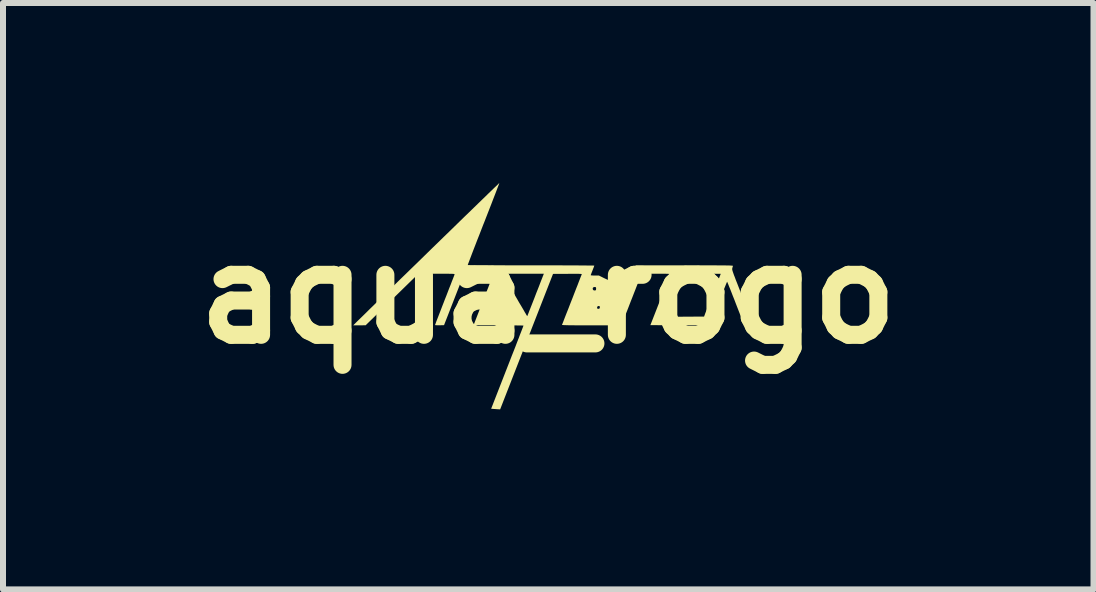
<source format=kicad_pcb>
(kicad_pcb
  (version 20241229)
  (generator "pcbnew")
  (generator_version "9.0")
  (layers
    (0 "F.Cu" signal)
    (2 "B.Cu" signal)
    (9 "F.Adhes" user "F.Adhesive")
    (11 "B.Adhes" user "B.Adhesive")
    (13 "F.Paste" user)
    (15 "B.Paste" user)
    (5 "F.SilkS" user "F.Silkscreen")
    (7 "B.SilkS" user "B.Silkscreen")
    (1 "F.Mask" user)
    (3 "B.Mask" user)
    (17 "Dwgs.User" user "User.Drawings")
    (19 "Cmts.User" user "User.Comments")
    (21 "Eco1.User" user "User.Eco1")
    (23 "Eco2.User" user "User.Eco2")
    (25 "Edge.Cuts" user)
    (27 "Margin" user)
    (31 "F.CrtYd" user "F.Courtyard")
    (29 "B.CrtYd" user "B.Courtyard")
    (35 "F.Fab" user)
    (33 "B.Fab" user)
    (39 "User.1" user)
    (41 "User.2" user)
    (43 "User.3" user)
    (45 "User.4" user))
  (footprint "aqua_rogo"
    (layer "F.Cu")
    (at 6.086 1.851)
    (property "Reference" "aqua_rogo" (at 0 0 0) (layer "F.SilkS") (effects (font (size 1.5 1.5) (thickness 0.3))))
    (attr board_only exclude_from_pos_files exclude_from_bom)
    (fp_poly (pts (xy -0.818 -1.845) (xy -0.824 -1.827) (xy -0.835 -1.798) (xy -0.85 -1.759) (xy -0.868 -1.711) (xy -0.89 -1.654) (xy -0.915 -1.59) (xy -0.942 -1.519) (xy -0.972 -1.442) (xy -1.004 -1.36) (xy -1.038 -1.273) (xy -1.073 -1.183) (xy -1.079 -1.169) (xy -1.114 -1.079) (xy -1.148 -0.991) (xy -1.181 -0.908) (xy -1.211 -0.83) (xy -1.239 -0.758) (xy -1.264 -0.693) (xy -1.286 -0.635) (xy -1.305 -0.585) (xy -1.32 -0.544) (xy -1.332 -0.514) (xy -1.339 -0.494) (xy -1.342 -0.485) (xy -1.342 -0.485) (xy -1.335 -0.484) (xy -1.316 -0.484) (xy -1.284 -0.483) (xy -1.242 -0.483) (xy -1.189 -0.482) (xy -1.126 -0.482) (xy -1.054 -0.482) (xy -0.974 -0.481) (xy -0.886 -0.481) (xy -0.791 -0.481) (xy -0.69 -0.48) (xy -0.583 -0.48) (xy -0.472 -0.48) (xy -0.357 -0.48) (xy -0.286 -0.48) (xy -0.169 -0.48) (xy -0.055 -0.48) (xy 0.054 -0.48) (xy 0.158 -0.48) (xy 0.257 -0.479) (xy 0.349 -0.479) (xy 0.433 -0.479) (xy 0.51 -0.478) (xy 0.578 -0.478) (xy 0.637 -0.477) (xy 0.686 -0.477) (xy 0.724 -0.476) (xy 0.75 -0.476) (xy 0.764 -0.475) (xy 0.767 -0.475) (xy 0.764 -0.467) (xy 0.758 -0.449) (xy 0.748 -0.424) (xy 0.737 -0.395) (xy 0.737 -0.395) (xy 0.725 -0.365) (xy 0.716 -0.341) (xy 0.709 -0.323) (xy 0.707 -0.315) (xy 0.707 -0.315) (xy 0.713 -0.313) (xy 0.73 -0.311) (xy 0.754 -0.31) (xy 0.775 -0.31) (xy 0.843 -0.31) (xy 0.927 -0.268) (xy 0.985 -0.241) (xy 1.037 -0.222) (xy 1.086 -0.209) (xy 1.135 -0.203) (xy 1.188 -0.201) (xy 1.207 -0.202) (xy 1.26 -0.206) (xy 1.3 -0.212) (xy 1.32 -0.218) (xy 1.357 -0.231) (xy 1.406 -0.355) (xy 1.456 -0.48) (xy 2.268 -0.48) (xy 2.39 -0.48) (xy 2.498 -0.48) (xy 2.595 -0.48) (xy 2.68 -0.48) (xy 2.755 -0.48) (xy 2.819 -0.479) (xy 2.875 -0.479) (xy 2.922 -0.479) (xy 2.961 -0.478) (xy 2.994 -0.478) (xy 3.019 -0.477) (xy 3.039 -0.476) (xy 3.054 -0.475) (xy 3.065 -0.474) (xy 3.072 -0.473) (xy 3.075 -0.472) (xy 3.077 -0.47) (xy 3.077 -0.469) (xy 3.077 -0.468) (xy 3.072 -0.454) (xy 3.067 -0.435) (xy 3.066 -0.43) (xy 3.065 -0.425) (xy 3.064 -0.418) (xy 3.065 -0.411) (xy 3.067 -0.4) (xy 3.07 -0.387) (xy 3.076 -0.369) (xy 3.084 -0.346) (xy 3.094 -0.317) (xy 3.108 -0.282) (xy 3.124 -0.238) (xy 3.145 -0.186) (xy 3.169 -0.124) (xy 3.197 -0.052) (xy 3.23 0.032) (xy 3.237 0.05) (xy 3.266 0.124) (xy 3.294 0.195) (xy 3.319 0.261) (xy 3.343 0.321) (xy 3.364 0.375) (xy 3.383 0.421) (xy 3.397 0.459) (xy 3.409 0.488) (xy 3.416 0.506) (xy 3.418 0.512) (xy 3.417 0.516) (xy 3.409 0.518) (xy 3.391 0.519) (xy 3.363 0.519) (xy 3.344 0.519) (xy 3.265 0.517) (xy 3.124 0.155) (xy 3.099 0.089) (xy 3.074 0.027) (xy 3.052 -0.03) (xy 3.032 -0.081) (xy 3.014 -0.124) (xy 3 -0.16) (xy 2.989 -0.186) (xy 2.982 -0.202) (xy 2.98 -0.207) (xy 2.977 -0.201) (xy 2.969 -0.183) (xy 2.958 -0.156) (xy 2.943 -0.119) (xy 2.925 -0.074) (xy 2.905 -0.022) (xy 2.882 0.035) (xy 2.858 0.097) (xy 2.837 0.149) (xy 2.812 0.215) (xy 2.787 0.277) (xy 2.765 0.334) (xy 2.745 0.385) (xy 2.727 0.429) (xy 2.713 0.465) (xy 2.702 0.492) (xy 2.696 0.508) (xy 2.694 0.513) (xy 2.688 0.514) (xy 2.674 0.515) (xy 2.651 0.517) (xy 2.617 0.517) (xy 2.573 0.518) (xy 2.518 0.518) (xy 2.452 0.519) (xy 2.374 0.519) (xy 2.283 0.519) (xy 2.195 0.518) (xy 1.701 0.517) (xy 1.759 0.369) (xy 1.915 0.369) (xy 1.916 0.371) (xy 1.92 0.373) (xy 1.928 0.375) (xy 1.941 0.376) (xy 1.959 0.377) (xy 1.984 0.377) (xy 2.018 0.377) (xy 2.06 0.377) (xy 2.113 0.377) (xy 2.176 0.377) (xy 2.252 0.376) (xy 2.254 0.376) (xy 2.596 0.374) (xy 2.609 0.339) (xy 2.616 0.319) (xy 2.628 0.289) (xy 2.644 0.249) (xy 2.663 0.199) (xy 2.685 0.142) (xy 2.71 0.079) (xy 2.737 0.01) (xy 2.766 -0.063) (xy 2.796 -0.14) (xy 2.806 -0.167) (xy 2.824 -0.211) (xy 2.84 -0.251) (xy 2.853 -0.286) (xy 2.864 -0.313) (xy 2.871 -0.331) (xy 2.873 -0.338) (xy 2.873 -0.338) (xy 2.867 -0.339) (xy 2.848 -0.339) (xy 2.819 -0.339) (xy 2.78 -0.339) (xy 2.733 -0.34) (xy 2.678 -0.34) (xy 2.618 -0.34) (xy 2.553 -0.34) (xy 2.531 -0.34) (xy 2.189 -0.34) (xy 2.054 0.007) (xy 2.029 0.072) (xy 2.005 0.133) (xy 1.983 0.19) (xy 1.963 0.24) (xy 1.946 0.284) (xy 1.933 0.32) (xy 1.923 0.346) (xy 1.917 0.362) (xy 1.915 0.366) (xy 1.915 0.369) (xy 1.759 0.369) (xy 1.864 0.1) (xy 1.892 0.029) (xy 1.918 -0.039) (xy 1.943 -0.102) (xy 1.965 -0.159) (xy 1.985 -0.21) (xy 2.002 -0.253) (xy 2.015 -0.288) (xy 2.024 -0.312) (xy 2.03 -0.326) (xy 2.03 -0.328) (xy 2.031 -0.331) (xy 2.029 -0.334) (xy 2.023 -0.336) (xy 2.012 -0.337) (xy 1.996 -0.338) (xy 1.972 -0.339) (xy 1.939 -0.34) (xy 1.896 -0.34) (xy 1.843 -0.34) (xy 1.794 -0.34) (xy 1.728 -0.34) (xy 1.675 -0.34) (xy 1.632 -0.339) (xy 1.6 -0.338) (xy 1.576 -0.337) (xy 1.561 -0.335) (xy 1.553 -0.333) (xy 1.551 -0.332) (xy 1.547 -0.321) (xy 1.539 -0.299) (xy 1.526 -0.267) (xy 1.51 -0.227) (xy 1.492 -0.18) (xy 1.471 -0.127) (xy 1.449 -0.07) (xy 1.425 -0.009) (xy 1.401 0.053) (xy 1.376 0.116) (xy 1.352 0.178) (xy 1.329 0.238) (xy 1.307 0.294) (xy 1.286 0.346) (xy 1.269 0.391) (xy 1.254 0.429) (xy 1.242 0.459) (xy 1.235 0.478) (xy 1.232 0.485) (xy 1.219 0.52) (xy 0.722 0.52) (xy 0.626 0.52) (xy 0.542 0.52) (xy 0.47 0.52) (xy 0.409 0.519) (xy 0.358 0.519) (xy 0.317 0.518) (xy 0.284 0.517) (xy 0.26 0.516) (xy 0.243 0.515) (xy 0.233 0.514) (xy 0.229 0.512) (xy 0.229 0.512) (xy 0.231 0.505) (xy 0.239 0.486) (xy 0.25 0.458) (xy 0.264 0.421) (xy 0.281 0.377) (xy 0.301 0.326) (xy 0.323 0.271) (xy 0.342 0.223) (xy 0.813 0.223) (xy 0.816 0.239) (xy 0.826 0.245) (xy 0.84 0.245) (xy 0.852 0.241) (xy 0.858 0.229) (xy 0.859 0.223) (xy 0.858 0.207) (xy 0.851 0.199) (xy 0.848 0.198) (xy 0.83 0.199) (xy 0.817 0.209) (xy 0.813 0.223) (xy 0.342 0.223) (xy 0.346 0.212) (xy 0.37 0.15) (xy 0.395 0.087) (xy 0.419 0.026) (xy 1.007 0.026) (xy 1.017 0.046) (xy 1.024 0.053) (xy 1.048 0.065) (xy 1.071 0.064) (xy 1.087 0.054) (xy 1.099 0.038) (xy 1.103 0.017) (xy 1.098 -0.007) (xy 1.085 -0.022) (xy 1.062 -0.031) (xy 1.045 -0.031) (xy 1.031 -0.024) (xy 1.024 -0.018) (xy 1.009 0.004) (xy 1.007 0.026) (xy 0.419 0.026) (xy 0.419 0.025) (xy 0.443 -0.037) (xy 0.464 -0.091) (xy 0.74 -0.091) (xy 0.745 -0.072) (xy 0.76 -0.062) (xy 0.777 -0.061) (xy 0.79 -0.064) (xy 0.795 -0.071) (xy 0.797 -0.086) (xy 0.797 -0.09) (xy 0.796 -0.107) (xy 0.791 -0.115) (xy 0.78 -0.119) (xy 0.778 -0.119) (xy 0.757 -0.117) (xy 0.743 -0.105) (xy 0.74 -0.091) (xy 0.464 -0.091) (xy 0.466 -0.096) (xy 0.488 -0.151) (xy 0.507 -0.201) (xy 0.524 -0.245) (xy 0.538 -0.281) (xy 0.549 -0.309) (xy 0.556 -0.326) (xy 0.558 -0.332) (xy 0.557 -0.334) (xy 0.549 -0.336) (xy 0.535 -0.337) (xy 0.513 -0.338) (xy 0.482 -0.339) (xy 0.44 -0.339) (xy 0.388 -0.339) (xy 0.323 -0.338) (xy 0.32 -0.338) (xy 0.079 -0.337) (xy -0.362 0.792) (xy -0.802 1.92) (xy -0.826 1.919) (xy -0.845 1.918) (xy -0.871 1.916) (xy -0.9 1.914) (xy -0.901 1.914) (xy -0.952 1.91) (xy -0.683 1.22) (xy -0.647 1.128) (xy -0.613 1.04) (xy -0.58 0.957) (xy -0.549 0.878) (xy -0.521 0.805) (xy -0.495 0.739) (xy -0.473 0.68) (xy -0.453 0.629) (xy -0.437 0.588) (xy -0.425 0.556) (xy -0.417 0.535) (xy -0.413 0.526) (xy -0.413 0.525) (xy -0.42 0.524) (xy -0.439 0.523) (xy -0.468 0.522) (xy -0.508 0.522) (xy -0.556 0.521) (xy -0.613 0.52) (xy -0.675 0.519) (xy -0.744 0.519) (xy -0.816 0.518) (xy -0.829 0.518) (xy -1.245 0.517) (xy -1.083 0.1) (xy -1.055 0.029) (xy -1.029 -0.039) (xy -1.004 -0.102) (xy -0.982 -0.159) (xy -0.962 -0.21) (xy -0.945 -0.253) (xy -0.932 -0.288) (xy -0.922 -0.312) (xy -0.917 -0.326) (xy -0.916 -0.328) (xy -0.916 -0.33) (xy -0.757 -0.33) (xy -0.757 -0.329) (xy -0.753 -0.321) (xy -0.743 -0.303) (xy -0.727 -0.275) (xy -0.706 -0.239) (xy -0.682 -0.196) (xy -0.653 -0.147) (xy -0.622 -0.093) (xy -0.588 -0.035) (xy -0.565 0.003) (xy -0.522 0.077) (xy -0.486 0.14) (xy -0.454 0.193) (xy -0.428 0.237) (xy -0.407 0.273) (xy -0.391 0.302) (xy -0.377 0.324) (xy -0.368 0.341) (xy -0.361 0.352) (xy -0.356 0.36) (xy -0.353 0.364) (xy -0.351 0.366) (xy -0.351 0.366) (xy -0.35 0.365) (xy -0.35 0.365) (xy -0.347 0.359) (xy -0.34 0.341) (xy -0.329 0.314) (xy -0.315 0.277) (xy -0.297 0.232) (xy -0.277 0.181) (xy -0.255 0.125) (xy -0.231 0.064) (xy -0.223 0.043) (xy -0.199 -0.02) (xy -0.175 -0.08) (xy -0.153 -0.136) (xy -0.134 -0.186) (xy -0.117 -0.23) (xy -0.103 -0.265) (xy -0.093 -0.291) (xy -0.087 -0.306) (xy -0.086 -0.308) (xy -0.074 -0.34) (xy -0.417 -0.34) (xy -0.494 -0.34) (xy -0.558 -0.34) (xy -0.611 -0.34) (xy -0.654 -0.339) (xy -0.688 -0.339) (xy -0.714 -0.338) (xy -0.732 -0.337) (xy -0.745 -0.336) (xy -0.753 -0.334) (xy -0.756 -0.333) (xy -0.757 -0.33) (xy -0.916 -0.33) (xy -0.916 -0.331) (xy -0.918 -0.334) (xy -0.924 -0.336) (xy -0.934 -0.337) (xy -0.95 -0.338) (xy -0.974 -0.339) (xy -1.007 -0.34) (xy -1.049 -0.34) (xy -1.102 -0.34) (xy -1.158 -0.34) (xy -1.403 -0.34) (xy -1.57 0.089) (xy -1.737 0.517) (xy -1.812 0.519) (xy -1.846 0.519) (xy -1.871 0.518) (xy -1.884 0.516) (xy -1.887 0.514) (xy -1.884 0.507) (xy -1.877 0.488) (xy -1.867 0.459) (xy -1.852 0.421) (xy -1.834 0.375) (xy -1.813 0.321) (xy -1.79 0.261) (xy -1.765 0.196) (xy -1.738 0.127) (xy -1.726 0.095) (xy -1.698 0.025) (xy -1.672 -0.043) (xy -1.648 -0.105) (xy -1.625 -0.162) (xy -1.606 -0.213) (xy -1.589 -0.255) (xy -1.576 -0.289) (xy -1.567 -0.313) (xy -1.562 -0.326) (xy -1.562 -0.328) (xy -1.561 -0.331) (xy -1.564 -0.333) (xy -1.569 -0.335) (xy -1.578 -0.337) (xy -1.594 -0.338) (xy -1.615 -0.339) (xy -1.645 -0.339) (xy -1.683 -0.34) (xy -1.732 -0.34) (xy -1.791 -0.34) (xy -1.861 -0.34) (xy -2.164 -0.34) (xy -2.604 0.09) (xy -3.043 0.519) (xy -3.147 0.52) (xy -3.25 0.52) (xy -3.177 0.447) (xy -3.152 0.423) (xy -3.119 0.391) (xy -3.079 0.352) (xy -3.032 0.306) (xy -2.979 0.253) (xy -2.919 0.195) (xy -2.855 0.132) (xy -2.785 0.064) (xy -2.71 -0.009) (xy -2.632 -0.085) (xy -2.55 -0.165) (xy -2.466 -0.248) (xy -2.378 -0.333) (xy -2.289 -0.42) (xy -2.198 -0.508) (xy -2.106 -0.598) (xy -2.014 -0.688) (xy -1.922 -0.778) (xy -1.83 -0.867) (xy -1.739 -0.956) (xy -1.649 -1.043) (xy -1.562 -1.128) (xy -1.477 -1.211) (xy -1.395 -1.291) (xy -1.316 -1.367) (xy -1.241 -1.44) (xy -1.171 -1.508) (xy -1.105 -1.572) (xy -1.045 -1.63) (xy -0.991 -1.683) (xy -0.943 -1.729) (xy -0.902 -1.769) (xy -0.868 -1.801) (xy -0.842 -1.826) (xy -0.825 -1.843) (xy -0.817 -1.851) (xy -0.816 -1.851)) (stroke (width 0) (type solid)) (fill yes) (layer "F.SilkS")))
  (gr_rect
    (start -3 -3)
    (end 15.171 6.771)
    (stroke (width 0.1) (type default))
    (fill no)
    (layer "Edge.Cuts")))
</source>
